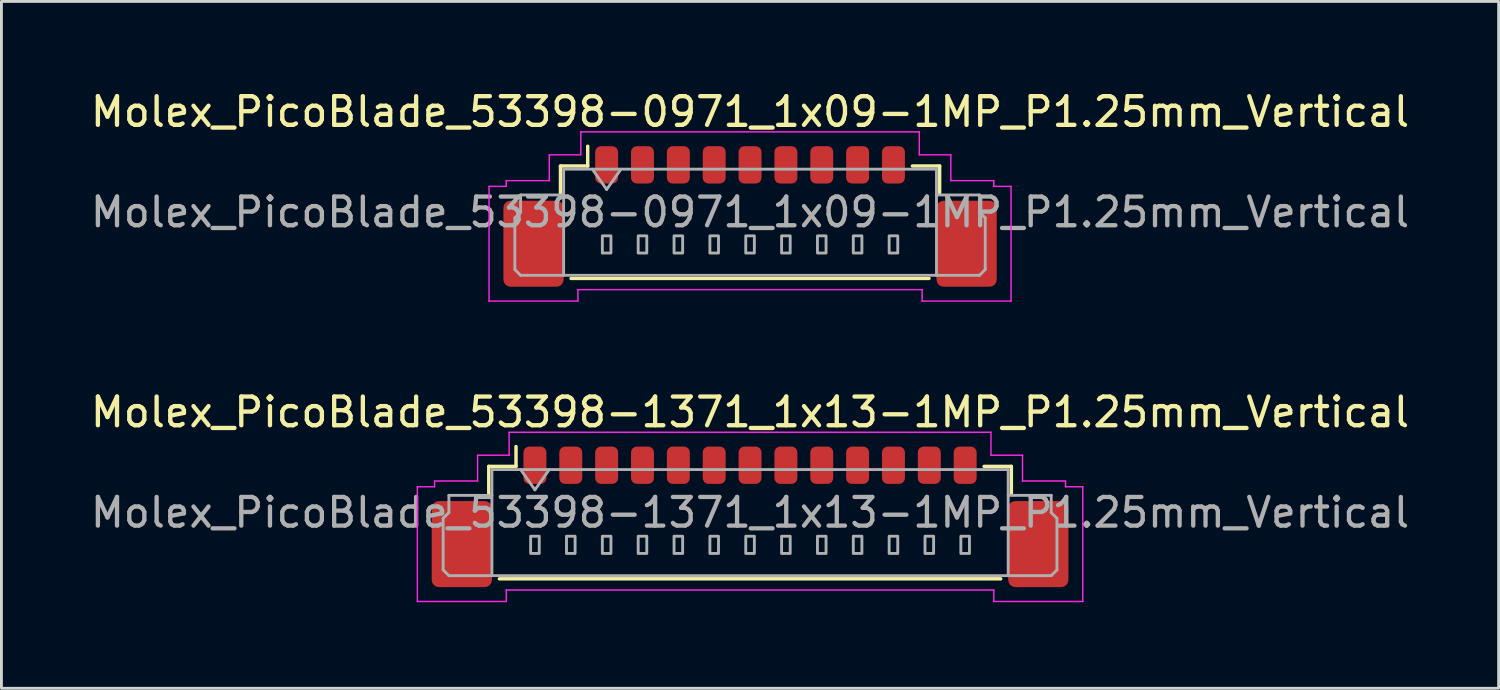
<source format=kicad_pcb>
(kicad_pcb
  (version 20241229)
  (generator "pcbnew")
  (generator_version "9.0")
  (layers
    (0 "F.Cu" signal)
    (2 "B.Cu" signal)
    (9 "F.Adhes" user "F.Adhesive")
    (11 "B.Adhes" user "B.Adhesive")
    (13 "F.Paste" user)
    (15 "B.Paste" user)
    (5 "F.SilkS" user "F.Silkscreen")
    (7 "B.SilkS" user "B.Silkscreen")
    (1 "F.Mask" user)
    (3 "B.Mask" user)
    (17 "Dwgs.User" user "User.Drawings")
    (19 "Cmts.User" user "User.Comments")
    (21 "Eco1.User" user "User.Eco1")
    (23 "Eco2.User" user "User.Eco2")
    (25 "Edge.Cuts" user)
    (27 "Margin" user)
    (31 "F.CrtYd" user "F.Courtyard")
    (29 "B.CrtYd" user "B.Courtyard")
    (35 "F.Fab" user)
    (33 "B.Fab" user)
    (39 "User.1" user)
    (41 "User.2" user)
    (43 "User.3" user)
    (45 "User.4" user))
  (footprint "Molex_PicoBlade_53398-1371_1x13-1MP_P1.25mm_Vertical"
    (layer "F.Cu")
    (at 23.101 14.421)
    (property "Reference" "Molex_PicoBlade_53398-1371_1x13-1MP_P1.25mm_Vertical" (at 0 -3.1 0) (layer "F.SilkS") (effects (font (size 1 1) (thickness 0.15))))
    (attr smd)
    (fp_line (start -9.11 -1.21) (end -8.16 -1.21) (stroke (width 0.12) (type solid)) (layer "F.SilkS"))
    (fp_line (start -9.11 -0.26) (end -9.11 -1.21) (stroke (width 0.12) (type solid)) (layer "F.SilkS"))
    (fp_line (start -8.74 2.71) (end 8.74 2.71) (stroke (width 0.12) (type solid)) (layer "F.SilkS"))
    (fp_line (start -8.16 -1.21) (end -8.16 -1.9) (stroke (width 0.12) (type solid)) (layer "F.SilkS"))
    (fp_line (start 9.11 -1.21) (end 8.16 -1.21) (stroke (width 0.12) (type solid)) (layer "F.SilkS"))
    (fp_line (start 9.11 -0.26) (end 9.11 -1.21) (stroke (width 0.12) (type solid)) (layer "F.SilkS"))
    (fp_line (start -11.6 -0.5) (end -11 -0.5) (stroke (width 0.05) (type solid)) (layer "F.CrtYd"))
    (fp_line (start -11.6 3.5) (end -11.6 -0.5) (stroke (width 0.05) (type solid)) (layer "F.CrtYd"))
    (fp_line (start -11 -0.7) (end -9.5 -0.7) (stroke (width 0.05) (type solid)) (layer "F.CrtYd"))
    (fp_line (start -11 -0.5) (end -11 -0.7) (stroke (width 0.05) (type solid)) (layer "F.CrtYd"))
    (fp_line (start -9.5 -1.6) (end -8.4 -1.6) (stroke (width 0.05) (type solid)) (layer "F.CrtYd"))
    (fp_line (start -9.5 -0.7) (end -9.5 -1.6) (stroke (width 0.05) (type solid)) (layer "F.CrtYd"))
    (fp_line (start -8.5 3.1) (end -8.5 3.5) (stroke (width 0.05) (type solid)) (layer "F.CrtYd"))
    (fp_line (start -8.5 3.5) (end -11.6 3.5) (stroke (width 0.05) (type solid)) (layer "F.CrtYd"))
    (fp_line (start -8.4 -2.4) (end 8.4 -2.4) (stroke (width 0.05) (type solid)) (layer "F.CrtYd"))
    (fp_line (start -8.4 -1.6) (end -8.4 -2.4) (stroke (width 0.05) (type solid)) (layer "F.CrtYd"))
    (fp_line (start 8.4 -2.4) (end 8.4 -1.6) (stroke (width 0.05) (type solid)) (layer "F.CrtYd"))
    (fp_line (start 8.4 -1.6) (end 9.5 -1.6) (stroke (width 0.05) (type solid)) (layer "F.CrtYd"))
    (fp_line (start 8.5 3.1) (end -8.5 3.1) (stroke (width 0.05) (type solid)) (layer "F.CrtYd"))
    (fp_line (start 8.5 3.5) (end 8.5 3.1) (stroke (width 0.05) (type solid)) (layer "F.CrtYd"))
    (fp_line (start 9.5 -1.6) (end 9.5 -0.7) (stroke (width 0.05) (type solid)) (layer "F.CrtYd"))
    (fp_line (start 9.5 -0.7) (end 11 -0.7) (stroke (width 0.05) (type solid)) (layer "F.CrtYd"))
    (fp_line (start 11 -0.7) (end 11 -0.5) (stroke (width 0.05) (type solid)) (layer "F.CrtYd"))
    (fp_line (start 11 -0.5) (end 11.6 -0.5) (stroke (width 0.05) (type solid)) (layer "F.CrtYd"))
    (fp_line (start 11.6 -0.5) (end 11.6 3.5) (stroke (width 0.05) (type solid)) (layer "F.CrtYd"))
    (fp_line (start 11.6 3.5) (end 8.5 3.5) (stroke (width 0.05) (type solid)) (layer "F.CrtYd"))
    (fp_line (start -10.7 0.6) (end -10.5 0.4) (stroke (width 0.1) (type solid)) (layer "F.Fab"))
    (fp_line (start -10.7 2.4) (end -10.7 0.6) (stroke (width 0.1) (type solid)) (layer "F.Fab"))
    (fp_line (start -10.5 -0.2) (end -9 -0.2) (stroke (width 0.1) (type solid)) (layer "F.Fab"))
    (fp_line (start -10.5 0.4) (end -10.5 -0.2) (stroke (width 0.1) (type solid)) (layer "F.Fab"))
    (fp_line (start -10.5 2.6) (end -10.7 2.4) (stroke (width 0.1) (type solid)) (layer "F.Fab"))
    (fp_line (start -9 -1.1) (end -9 2.6) (stroke (width 0.1) (type solid)) (layer "F.Fab"))
    (fp_line (start -9 -1.1) (end 9 -1.1) (stroke (width 0.1) (type solid)) (layer "F.Fab"))
    (fp_line (start -9 2.6) (end -10.5 2.6) (stroke (width 0.1) (type solid)) (layer "F.Fab"))
    (fp_line (start -9 2.6) (end 9 2.6) (stroke (width 0.1) (type solid)) (layer "F.Fab"))
    (fp_line (start -8 -1.1) (end -7.5 -0.393) (stroke (width 0.1) (type solid)) (layer "F.Fab"))
    (fp_line (start -7.5 -0.393) (end -7 -1.1) (stroke (width 0.1) (type solid)) (layer "F.Fab"))
    (fp_line (start 9 -1.1) (end 9 2.6) (stroke (width 0.1) (type solid)) (layer "F.Fab"))
    (fp_line (start 9 2.6) (end 10.5 2.6) (stroke (width 0.1) (type solid)) (layer "F.Fab"))
    (fp_line (start 10.5 -0.2) (end 9 -0.2) (stroke (width 0.1) (type solid)) (layer "F.Fab"))
    (fp_line (start 10.5 0.4) (end 10.5 -0.2) (stroke (width 0.1) (type solid)) (layer "F.Fab"))
    (fp_line (start 10.5 2.6) (end 10.7 2.4) (stroke (width 0.1) (type solid)) (layer "F.Fab"))
    (fp_line (start 10.7 0.6) (end 10.5 0.4) (stroke (width 0.1) (type solid)) (layer "F.Fab"))
    (fp_line (start 10.7 2.4) (end 10.7 0.6) (stroke (width 0.1) (type solid)) (layer "F.Fab"))
    (fp_rect (start -7.65 1.225) (end -7.35 1.825) (stroke (width 0.1) (type solid)) (fill no) (layer "F.Fab"))
    (fp_rect (start -6.4 1.225) (end -6.1 1.825) (stroke (width 0.1) (type solid)) (fill no) (layer "F.Fab"))
    (fp_rect (start -5.15 1.225) (end -4.85 1.825) (stroke (width 0.1) (type solid)) (fill no) (layer "F.Fab"))
    (fp_rect (start -3.9 1.225) (end -3.6 1.825) (stroke (width 0.1) (type solid)) (fill no) (layer "F.Fab"))
    (fp_rect (start -2.65 1.225) (end -2.35 1.825) (stroke (width 0.1) (type solid)) (fill no) (layer "F.Fab"))
    (fp_rect (start -1.4 1.225) (end -1.1 1.825) (stroke (width 0.1) (type solid)) (fill no) (layer "F.Fab"))
    (fp_rect (start -0.15 1.225) (end 0.15 1.825) (stroke (width 0.1) (type solid)) (fill no) (layer "F.Fab"))
    (fp_rect (start 1.1 1.225) (end 1.4 1.825) (stroke (width 0.1) (type solid)) (fill no) (layer "F.Fab"))
    (fp_rect (start 2.35 1.225) (end 2.65 1.825) (stroke (width 0.1) (type solid)) (fill no) (layer "F.Fab"))
    (fp_rect (start 3.6 1.225) (end 3.9 1.825) (stroke (width 0.1) (type solid)) (fill no) (layer "F.Fab"))
    (fp_rect (start 4.85 1.225) (end 5.15 1.825) (stroke (width 0.1) (type solid)) (fill no) (layer "F.Fab"))
    (fp_rect (start 6.1 1.225) (end 6.4 1.825) (stroke (width 0.1) (type solid)) (fill no) (layer "F.Fab"))
    (fp_rect (start 7.35 1.225) (end 7.65 1.825) (stroke (width 0.1) (type solid)) (fill no) (layer "F.Fab"))
    (fp_text user "${REFERENCE}" (at 0 0.4 0) (layer "F.Fab") (effects (font (size 1 1) (thickness 0.15))))
    (pad "1" smd roundrect (at -7.5 -1.25) (size 0.8 1.3) (layers "F.Cu" "F.Mask" "F.Paste") (roundrect_rratio 0.25))
    (pad "2" smd roundrect (at -6.25 -1.25) (size 0.8 1.3) (layers "F.Cu" "F.Mask" "F.Paste") (roundrect_rratio 0.25))
    (pad "3" smd roundrect (at -5 -1.25) (size 0.8 1.3) (layers "F.Cu" "F.Mask" "F.Paste") (roundrect_rratio 0.25))
    (pad "4" smd roundrect (at -3.75 -1.25) (size 0.8 1.3) (layers "F.Cu" "F.Mask" "F.Paste") (roundrect_rratio 0.25))
    (pad "5" smd roundrect (at -2.5 -1.25) (size 0.8 1.3) (layers "F.Cu" "F.Mask" "F.Paste") (roundrect_rratio 0.25))
    (pad "6" smd roundrect (at -1.25 -1.25) (size 0.8 1.3) (layers "F.Cu" "F.Mask" "F.Paste") (roundrect_rratio 0.25))
    (pad "7" smd roundrect (at 0 -1.25) (size 0.8 1.3) (layers "F.Cu" "F.Mask" "F.Paste") (roundrect_rratio 0.25))
    (pad "8" smd roundrect (at 1.25 -1.25) (size 0.8 1.3) (layers "F.Cu" "F.Mask" "F.Paste") (roundrect_rratio 0.25))
    (pad "9" smd roundrect (at 2.5 -1.25) (size 0.8 1.3) (layers "F.Cu" "F.Mask" "F.Paste") (roundrect_rratio 0.25))
    (pad "10" smd roundrect (at 3.75 -1.25) (size 0.8 1.3) (layers "F.Cu" "F.Mask" "F.Paste") (roundrect_rratio 0.25))
    (pad "11" smd roundrect (at 5 -1.25) (size 0.8 1.3) (layers "F.Cu" "F.Mask" "F.Paste") (roundrect_rratio 0.25))
    (pad "12" smd roundrect (at 6.25 -1.25) (size 0.8 1.3) (layers "F.Cu" "F.Mask" "F.Paste") (roundrect_rratio 0.25))
    (pad "13" smd roundrect (at 7.5 -1.25) (size 0.8 1.3) (layers "F.Cu" "F.Mask" "F.Paste") (roundrect_rratio 0.25))
    (pad "MP" smd roundrect (at -10.05 1.5) (size 2.1 3) (layers "F.Cu" "F.Mask" "F.Paste") (roundrect_rratio 0.119))
    (pad "MP" smd roundrect (at 10.05 1.5) (size 2.1 3) (layers "F.Cu" "F.Mask" "F.Paste") (roundrect_rratio 0.119)))
  (footprint "Molex_PicoBlade_53398-0971_1x09-1MP_P1.25mm_Vertical"
    (layer "F.Cu")
    (at 23.101 3.948)
    (property "Reference" "Molex_PicoBlade_53398-0971_1x09-1MP_P1.25mm_Vertical" (at 0 -3.1 0) (layer "F.SilkS") (effects (font (size 1 1) (thickness 0.15))))
    (attr smd)
    (fp_line (start -6.61 -1.21) (end -5.66 -1.21) (stroke (width 0.12) (type solid)) (layer "F.SilkS"))
    (fp_line (start -6.61 -0.26) (end -6.61 -1.21) (stroke (width 0.12) (type solid)) (layer "F.SilkS"))
    (fp_line (start -6.24 2.71) (end 6.24 2.71) (stroke (width 0.12) (type solid)) (layer "F.SilkS"))
    (fp_line (start -5.66 -1.21) (end -5.66 -1.9) (stroke (width 0.12) (type solid)) (layer "F.SilkS"))
    (fp_line (start 6.61 -1.21) (end 5.66 -1.21) (stroke (width 0.12) (type solid)) (layer "F.SilkS"))
    (fp_line (start 6.61 -0.26) (end 6.61 -1.21) (stroke (width 0.12) (type solid)) (layer "F.SilkS"))
    (fp_line (start -9.1 -0.5) (end -8.5 -0.5) (stroke (width 0.05) (type solid)) (layer "F.CrtYd"))
    (fp_line (start -9.1 3.5) (end -9.1 -0.5) (stroke (width 0.05) (type solid)) (layer "F.CrtYd"))
    (fp_line (start -8.5 -0.7) (end -7 -0.7) (stroke (width 0.05) (type solid)) (layer "F.CrtYd"))
    (fp_line (start -8.5 -0.5) (end -8.5 -0.7) (stroke (width 0.05) (type solid)) (layer "F.CrtYd"))
    (fp_line (start -7 -1.6) (end -5.9 -1.6) (stroke (width 0.05) (type solid)) (layer "F.CrtYd"))
    (fp_line (start -7 -0.7) (end -7 -1.6) (stroke (width 0.05) (type solid)) (layer "F.CrtYd"))
    (fp_line (start -6 3.1) (end -6 3.5) (stroke (width 0.05) (type solid)) (layer "F.CrtYd"))
    (fp_line (start -6 3.5) (end -9.1 3.5) (stroke (width 0.05) (type solid)) (layer "F.CrtYd"))
    (fp_line (start -5.9 -2.4) (end 5.9 -2.4) (stroke (width 0.05) (type solid)) (layer "F.CrtYd"))
    (fp_line (start -5.9 -1.6) (end -5.9 -2.4) (stroke (width 0.05) (type solid)) (layer "F.CrtYd"))
    (fp_line (start 5.9 -2.4) (end 5.9 -1.6) (stroke (width 0.05) (type solid)) (layer "F.CrtYd"))
    (fp_line (start 5.9 -1.6) (end 7 -1.6) (stroke (width 0.05) (type solid)) (layer "F.CrtYd"))
    (fp_line (start 6 3.1) (end -6 3.1) (stroke (width 0.05) (type solid)) (layer "F.CrtYd"))
    (fp_line (start 6 3.5) (end 6 3.1) (stroke (width 0.05) (type solid)) (layer "F.CrtYd"))
    (fp_line (start 7 -1.6) (end 7 -0.7) (stroke (width 0.05) (type solid)) (layer "F.CrtYd"))
    (fp_line (start 7 -0.7) (end 8.5 -0.7) (stroke (width 0.05) (type solid)) (layer "F.CrtYd"))
    (fp_line (start 8.5 -0.7) (end 8.5 -0.5) (stroke (width 0.05) (type solid)) (layer "F.CrtYd"))
    (fp_line (start 8.5 -0.5) (end 9.1 -0.5) (stroke (width 0.05) (type solid)) (layer "F.CrtYd"))
    (fp_line (start 9.1 -0.5) (end 9.1 3.5) (stroke (width 0.05) (type solid)) (layer "F.CrtYd"))
    (fp_line (start 9.1 3.5) (end 6 3.5) (stroke (width 0.05) (type solid)) (layer "F.CrtYd"))
    (fp_line (start -8.2 0.6) (end -8 0.4) (stroke (width 0.1) (type solid)) (layer "F.Fab"))
    (fp_line (start -8.2 2.4) (end -8.2 0.6) (stroke (width 0.1) (type solid)) (layer "F.Fab"))
    (fp_line (start -8 -0.2) (end -6.5 -0.2) (stroke (width 0.1) (type solid)) (layer "F.Fab"))
    (fp_line (start -8 0.4) (end -8 -0.2) (stroke (width 0.1) (type solid)) (layer "F.Fab"))
    (fp_line (start -8 2.6) (end -8.2 2.4) (stroke (width 0.1) (type solid)) (layer "F.Fab"))
    (fp_line (start -6.5 -1.1) (end -6.5 2.6) (stroke (width 0.1) (type solid)) (layer "F.Fab"))
    (fp_line (start -6.5 -1.1) (end 6.5 -1.1) (stroke (width 0.1) (type solid)) (layer "F.Fab"))
    (fp_line (start -6.5 2.6) (end -8 2.6) (stroke (width 0.1) (type solid)) (layer "F.Fab"))
    (fp_line (start -6.5 2.6) (end 6.5 2.6) (stroke (width 0.1) (type solid)) (layer "F.Fab"))
    (fp_line (start -5.5 -1.1) (end -5 -0.393) (stroke (width 0.1) (type solid)) (layer "F.Fab"))
    (fp_line (start -5 -0.393) (end -4.5 -1.1) (stroke (width 0.1) (type solid)) (layer "F.Fab"))
    (fp_line (start 6.5 -1.1) (end 6.5 2.6) (stroke (width 0.1) (type solid)) (layer "F.Fab"))
    (fp_line (start 6.5 2.6) (end 8 2.6) (stroke (width 0.1) (type solid)) (layer "F.Fab"))
    (fp_line (start 8 -0.2) (end 6.5 -0.2) (stroke (width 0.1) (type solid)) (layer "F.Fab"))
    (fp_line (start 8 0.4) (end 8 -0.2) (stroke (width 0.1) (type solid)) (layer "F.Fab"))
    (fp_line (start 8 2.6) (end 8.2 2.4) (stroke (width 0.1) (type solid)) (layer "F.Fab"))
    (fp_line (start 8.2 0.6) (end 8 0.4) (stroke (width 0.1) (type solid)) (layer "F.Fab"))
    (fp_line (start 8.2 2.4) (end 8.2 0.6) (stroke (width 0.1) (type solid)) (layer "F.Fab"))
    (fp_rect (start -5.15 1.225) (end -4.85 1.825) (stroke (width 0.1) (type solid)) (fill no) (layer "F.Fab"))
    (fp_rect (start -3.9 1.225) (end -3.6 1.825) (stroke (width 0.1) (type solid)) (fill no) (layer "F.Fab"))
    (fp_rect (start -2.65 1.225) (end -2.35 1.825) (stroke (width 0.1) (type solid)) (fill no) (layer "F.Fab"))
    (fp_rect (start -1.4 1.225) (end -1.1 1.825) (stroke (width 0.1) (type solid)) (fill no) (layer "F.Fab"))
    (fp_rect (start -0.15 1.225) (end 0.15 1.825) (stroke (width 0.1) (type solid)) (fill no) (layer "F.Fab"))
    (fp_rect (start 1.1 1.225) (end 1.4 1.825) (stroke (width 0.1) (type solid)) (fill no) (layer "F.Fab"))
    (fp_rect (start 2.35 1.225) (end 2.65 1.825) (stroke (width 0.1) (type solid)) (fill no) (layer "F.Fab"))
    (fp_rect (start 3.6 1.225) (end 3.9 1.825) (stroke (width 0.1) (type solid)) (fill no) (layer "F.Fab"))
    (fp_rect (start 4.85 1.225) (end 5.15 1.825) (stroke (width 0.1) (type solid)) (fill no) (layer "F.Fab"))
    (fp_text user "${REFERENCE}" (at 0 0.4 0) (layer "F.Fab") (effects (font (size 1 1) (thickness 0.15))))
    (pad "1" smd roundrect (at -5 -1.25) (size 0.8 1.3) (layers "F.Cu" "F.Mask" "F.Paste") (roundrect_rratio 0.25))
    (pad "2" smd roundrect (at -3.75 -1.25) (size 0.8 1.3) (layers "F.Cu" "F.Mask" "F.Paste") (roundrect_rratio 0.25))
    (pad "3" smd roundrect (at -2.5 -1.25) (size 0.8 1.3) (layers "F.Cu" "F.Mask" "F.Paste") (roundrect_rratio 0.25))
    (pad "4" smd roundrect (at -1.25 -1.25) (size 0.8 1.3) (layers "F.Cu" "F.Mask" "F.Paste") (roundrect_rratio 0.25))
    (pad "5" smd roundrect (at 0 -1.25) (size 0.8 1.3) (layers "F.Cu" "F.Mask" "F.Paste") (roundrect_rratio 0.25))
    (pad "6" smd roundrect (at 1.25 -1.25) (size 0.8 1.3) (layers "F.Cu" "F.Mask" "F.Paste") (roundrect_rratio 0.25))
    (pad "7" smd roundrect (at 2.5 -1.25) (size 0.8 1.3) (layers "F.Cu" "F.Mask" "F.Paste") (roundrect_rratio 0.25))
    (pad "8" smd roundrect (at 3.75 -1.25) (size 0.8 1.3) (layers "F.Cu" "F.Mask" "F.Paste") (roundrect_rratio 0.25))
    (pad "9" smd roundrect (at 5 -1.25) (size 0.8 1.3) (layers "F.Cu" "F.Mask" "F.Paste") (roundrect_rratio 0.25))
    (pad "MP" smd roundrect (at -7.55 1.5) (size 2.1 3) (layers "F.Cu" "F.Mask" "F.Paste") (roundrect_rratio 0.119))
    (pad "MP" smd roundrect (at 7.55 1.5) (size 2.1 3) (layers "F.Cu" "F.Mask" "F.Paste") (roundrect_rratio 0.119)))
  (gr_rect
    (start -3 -3)
    (end 49.202 20.947)
    (stroke (width 0.1) (type default))
    (fill no)
    (layer "Edge.Cuts")))
</source>
